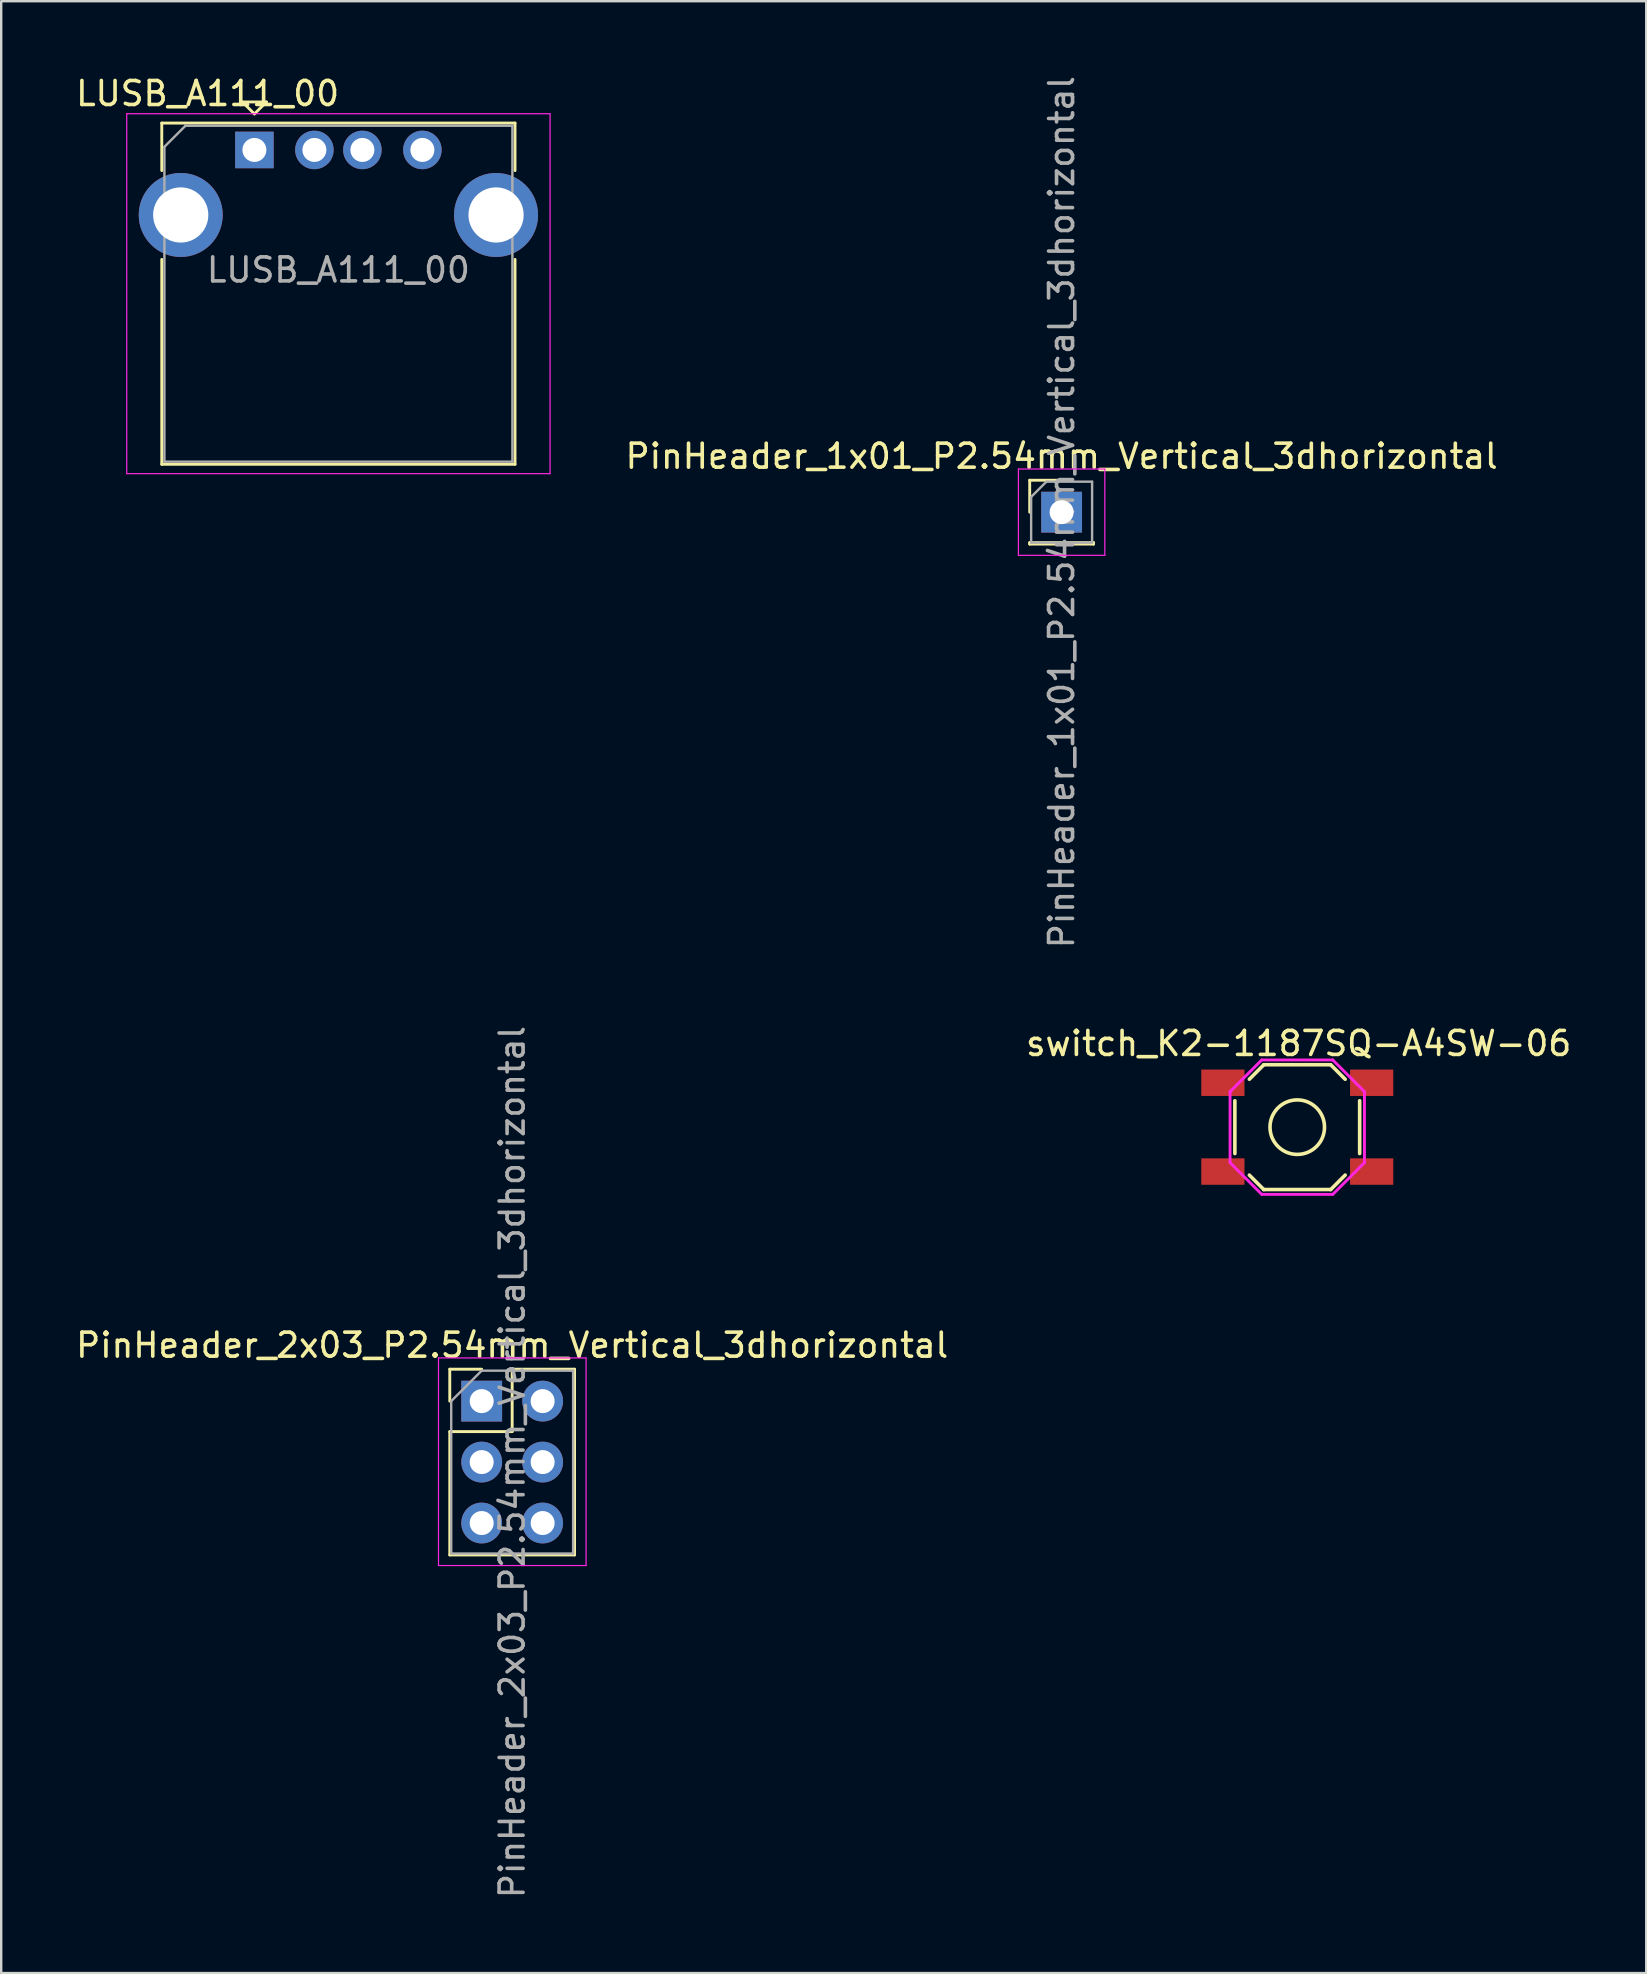
<source format=kicad_pcb>
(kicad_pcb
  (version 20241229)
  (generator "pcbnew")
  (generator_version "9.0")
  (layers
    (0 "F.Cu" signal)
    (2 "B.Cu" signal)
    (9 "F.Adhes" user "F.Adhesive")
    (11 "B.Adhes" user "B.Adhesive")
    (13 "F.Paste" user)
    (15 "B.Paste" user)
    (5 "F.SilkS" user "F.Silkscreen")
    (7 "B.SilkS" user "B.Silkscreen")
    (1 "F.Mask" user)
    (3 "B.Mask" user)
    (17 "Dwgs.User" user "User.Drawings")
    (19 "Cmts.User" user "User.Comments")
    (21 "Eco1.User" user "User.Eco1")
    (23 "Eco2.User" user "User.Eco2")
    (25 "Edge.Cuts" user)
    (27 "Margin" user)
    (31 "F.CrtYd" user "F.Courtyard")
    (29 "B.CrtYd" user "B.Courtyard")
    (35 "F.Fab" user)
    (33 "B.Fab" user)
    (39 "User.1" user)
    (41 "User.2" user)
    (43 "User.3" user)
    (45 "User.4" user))
  (footprint "PinHeader_2x03_P2.54mm_Vertical_3dhorizontal"
    (layer "F.Cu")
    (at 17.022 55.335)
    (property "Reference" "PinHeader_2x03_P2.54mm_Vertical_3dhorizontal" (at 1.27 -2.33 0) (layer "F.SilkS") (effects (font (size 1 1) (thickness 0.15))))
    (attr through_hole)
    (fp_line (start -1.33 -1.33) (end 0 -1.33) (stroke (width 0.12) (type solid)) (layer "F.SilkS"))
    (fp_line (start -1.33 0) (end -1.33 -1.33) (stroke (width 0.12) (type solid)) (layer "F.SilkS"))
    (fp_line (start -1.33 1.27) (end -1.33 6.41) (stroke (width 0.12) (type solid)) (layer "F.SilkS"))
    (fp_line (start -1.33 1.27) (end 1.27 1.27) (stroke (width 0.12) (type solid)) (layer "F.SilkS"))
    (fp_line (start -1.33 6.41) (end 3.87 6.41) (stroke (width 0.12) (type solid)) (layer "F.SilkS"))
    (fp_line (start 1.27 -1.33) (end 3.87 -1.33) (stroke (width 0.12) (type solid)) (layer "F.SilkS"))
    (fp_line (start 1.27 1.27) (end 1.27 -1.33) (stroke (width 0.12) (type solid)) (layer "F.SilkS"))
    (fp_line (start 3.87 -1.33) (end 3.87 6.41) (stroke (width 0.12) (type solid)) (layer "F.SilkS"))
    (fp_line (start -1.8 -1.8) (end -1.8 6.85) (stroke (width 0.05) (type solid)) (layer "F.CrtYd"))
    (fp_line (start -1.8 6.85) (end 4.35 6.85) (stroke (width 0.05) (type solid)) (layer "F.CrtYd"))
    (fp_line (start 4.35 -1.8) (end -1.8 -1.8) (stroke (width 0.05) (type solid)) (layer "F.CrtYd"))
    (fp_line (start 4.35 6.85) (end 4.35 -1.8) (stroke (width 0.05) (type solid)) (layer "F.CrtYd"))
    (fp_line (start -1.27 0) (end 0 -1.27) (stroke (width 0.1) (type solid)) (layer "F.Fab"))
    (fp_line (start -1.27 6.35) (end -1.27 0) (stroke (width 0.1) (type solid)) (layer "F.Fab"))
    (fp_line (start 0 -1.27) (end 3.81 -1.27) (stroke (width 0.1) (type solid)) (layer "F.Fab"))
    (fp_line (start 3.81 -1.27) (end 3.81 6.35) (stroke (width 0.1) (type solid)) (layer "F.Fab"))
    (fp_line (start 3.81 6.35) (end -1.27 6.35) (stroke (width 0.1) (type solid)) (layer "F.Fab"))
    (fp_text user "${REFERENCE}" (at 1.27 2.54 90) (layer "F.Fab") (effects (font (size 1 1) (thickness 0.15))))
    (pad "1" thru_hole rect (at 0 0) (size 1.7 1.7) (drill 1) (layers "*.Cu" "*.Mask"))
    (pad "2" thru_hole oval (at 2.54 0) (size 1.7 1.7) (drill 1) (layers "*.Cu" "*.Mask"))
    (pad "3" thru_hole oval (at 0 2.54) (size 1.7 1.7) (drill 1) (layers "*.Cu" "*.Mask"))
    (pad "4" thru_hole oval (at 2.54 2.54) (size 1.7 1.7) (drill 1) (layers "*.Cu" "*.Mask"))
    (pad "5" thru_hole oval (at 0 5.08) (size 1.7 1.7) (drill 1) (layers "*.Cu" "*.Mask"))
    (pad "6" thru_hole oval (at 2.54 5.08) (size 1.7 1.7) (drill 1) (layers "*.Cu" "*.Mask")))
  (footprint "switch_K2-1187SQ-A4SW-06"
    (layer "F.Cu")
    (at 51.007 43.919)
    (property "Reference" "switch_K2-1187SQ-A4SW-06" (at 0.058 -3.487 0) (layer "F.SilkS") (effects (font (size 1 1) (thickness 0.15))))
    (attr smd)
    (fp_line (start -2.6 1.1) (end -2.6 -1.1) (stroke (width 0.15) (type solid)) (layer "F.SilkS"))
    (fp_line (start -1.395 -2.6) (end -1.997 -1.997) (stroke (width 0.15) (type solid)) (layer "F.SilkS"))
    (fp_line (start -1.395 -2.6) (end 1.395 -2.6) (stroke (width 0.15) (type solid)) (layer "F.SilkS"))
    (fp_line (start -1.395 2.6) (end -1.997 1.997) (stroke (width 0.15) (type solid)) (layer "F.SilkS"))
    (fp_line (start 1.395 -2.6) (end 1.997 -1.997) (stroke (width 0.15) (type solid)) (layer "F.SilkS"))
    (fp_line (start 1.395 2.6) (end -1.395 2.6) (stroke (width 0.15) (type solid)) (layer "F.SilkS"))
    (fp_line (start 1.395 2.6) (end 1.997 1.997) (stroke (width 0.15) (type solid)) (layer "F.SilkS"))
    (fp_line (start 2.6 -1.1) (end 2.6 1.1) (stroke (width 0.15) (type solid)) (layer "F.SilkS"))
    (fp_circle (center 0 0) (end 1.136 0) (stroke (width 0.15) (type solid)) (fill no) (layer "F.SilkS"))
    (fp_line (start -2.8 -1.48) (end -1.48 -2.8) (stroke (width 0.12) (type solid)) (layer "F.CrtYd"))
    (fp_line (start -2.8 1.48) (end -2.8 -1.48) (stroke (width 0.12) (type solid)) (layer "F.CrtYd"))
    (fp_line (start -1.48 -2.8) (end 1.48 -2.8) (stroke (width 0.12) (type solid)) (layer "F.CrtYd"))
    (fp_line (start -1.48 2.8) (end -2.8 1.48) (stroke (width 0.12) (type solid)) (layer "F.CrtYd"))
    (fp_line (start 1.48 -2.8) (end 2.8 -1.48) (stroke (width 0.12) (type solid)) (layer "F.CrtYd"))
    (fp_line (start 1.48 2.8) (end -1.48 2.8) (stroke (width 0.12) (type solid)) (layer "F.CrtYd"))
    (fp_line (start 2.8 -1.48) (end 2.8 1.48) (stroke (width 0.12) (type solid)) (layer "F.CrtYd"))
    (fp_line (start 2.8 1.48) (end 1.48 2.8) (stroke (width 0.12) (type solid)) (layer "F.CrtYd"))
    (pad "1" smd rect (at -3.1 -1.85) (size 1.8 1.1) (layers "F.Cu" "F.Mask" "F.Paste"))
    (pad "2" smd rect (at 3.1 -1.85) (size 1.8 1.1) (layers "F.Cu" "F.Mask" "F.Paste"))
    (pad "3" smd rect (at -3.1 1.85) (size 1.8 1.1) (layers "F.Cu" "F.Mask" "F.Paste"))
    (pad "4" smd rect (at 3.1 1.85) (size 1.8 1.1) (layers "F.Cu" "F.Mask" "F.Paste")))
  (footprint "PinHeader_1x01_P2.54mm_Vertical_3dhorizontal"
    (layer "F.Cu")
    (at 41.188 18.292)
    (property "Reference" "PinHeader_1x01_P2.54mm_Vertical_3dhorizontal" (at 0 -2.33 0) (layer "F.SilkS") (effects (font (size 1 1) (thickness 0.15))))
    (attr through_hole)
    (fp_line (start -1.33 -1.33) (end 0 -1.33) (stroke (width 0.12) (type solid)) (layer "F.SilkS"))
    (fp_line (start -1.33 0) (end -1.33 -1.33) (stroke (width 0.12) (type solid)) (layer "F.SilkS"))
    (fp_line (start -1.33 1.27) (end -1.33 1.33) (stroke (width 0.12) (type solid)) (layer "F.SilkS"))
    (fp_line (start -1.33 1.27) (end 1.33 1.27) (stroke (width 0.12) (type solid)) (layer "F.SilkS"))
    (fp_line (start -1.33 1.33) (end 1.33 1.33) (stroke (width 0.12) (type solid)) (layer "F.SilkS"))
    (fp_line (start 1.33 1.27) (end 1.33 1.33) (stroke (width 0.12) (type solid)) (layer "F.SilkS"))
    (fp_line (start -1.8 -1.8) (end -1.8 1.8) (stroke (width 0.05) (type solid)) (layer "F.CrtYd"))
    (fp_line (start -1.8 1.8) (end 1.8 1.8) (stroke (width 0.05) (type solid)) (layer "F.CrtYd"))
    (fp_line (start 1.8 -1.8) (end -1.8 -1.8) (stroke (width 0.05) (type solid)) (layer "F.CrtYd"))
    (fp_line (start 1.8 1.8) (end 1.8 -1.8) (stroke (width 0.05) (type solid)) (layer "F.CrtYd"))
    (fp_line (start -1.27 -0.635) (end -0.635 -1.27) (stroke (width 0.1) (type solid)) (layer "F.Fab"))
    (fp_line (start -1.27 1.27) (end -1.27 -0.635) (stroke (width 0.1) (type solid)) (layer "F.Fab"))
    (fp_line (start -0.635 -1.27) (end 1.27 -1.27) (stroke (width 0.1) (type solid)) (layer "F.Fab"))
    (fp_line (start 1.27 -1.27) (end 1.27 1.27) (stroke (width 0.1) (type solid)) (layer "F.Fab"))
    (fp_line (start 1.27 1.27) (end -1.27 1.27) (stroke (width 0.1) (type solid)) (layer "F.Fab"))
    (fp_text user "${REFERENCE}" (at 0 0 90) (layer "F.Fab") (effects (font (size 1 1) (thickness 0.15))))
    (pad "1" thru_hole rect (at 0 0) (size 1.7 1.7) (drill 1) (layers "*.Cu" "*.Mask")))
  (footprint "LUSB_A111_00"
    (layer "F.Cu")
    (at 7.551 3.198)
    (property "Reference" "LUSB_A111_00" (at -1.95 -2.35 0) (layer "F.SilkS") (effects (font (size 1 1) (thickness 0.15))))
    (attr through_hole)
    (fp_line (start -3.86 -1.12) (end -3.86 0.86) (stroke (width 0.12) (type solid)) (layer "F.SilkS"))
    (fp_line (start -3.86 -1.12) (end 10.86 -1.12) (stroke (width 0.12) (type solid)) (layer "F.SilkS"))
    (fp_line (start -3.86 4.56) (end -3.86 13.1) (stroke (width 0.12) (type solid)) (layer "F.SilkS"))
    (fp_line (start -3.86 13.1) (end 10.86 13.1) (stroke (width 0.12) (type solid)) (layer "F.SilkS"))
    (fp_line (start -0.5 -2) (end 0 -1.5) (stroke (width 0.12) (type solid)) (layer "F.SilkS"))
    (fp_line (start 0 -1.5) (end 0.5 -2) (stroke (width 0.12) (type solid)) (layer "F.SilkS"))
    (fp_line (start 0.5 -2) (end -0.5 -2) (stroke (width 0.12) (type solid)) (layer "F.SilkS"))
    (fp_line (start 10.86 0.86) (end 10.86 -1.12) (stroke (width 0.12) (type solid)) (layer "F.SilkS"))
    (fp_line (start 10.86 4.56) (end 10.86 13.1) (stroke (width 0.12) (type solid)) (layer "F.SilkS"))
    (fp_line (start -5.32 -1.51) (end -5.32 13.49) (stroke (width 0.05) (type solid)) (layer "F.CrtYd"))
    (fp_line (start -5.32 -1.51) (end 12.32 -1.51) (stroke (width 0.05) (type solid)) (layer "F.CrtYd"))
    (fp_line (start 12.32 -1.51) (end 12.32 13.49) (stroke (width 0.05) (type solid)) (layer "F.CrtYd"))
    (fp_line (start 12.32 13.49) (end -5.32 13.49) (stroke (width 0.05) (type solid)) (layer "F.CrtYd"))
    (fp_line (start -3.75 -0.13) (end -3.75 12.99) (stroke (width 0.1) (type solid)) (layer "F.Fab"))
    (fp_line (start -3.75 12.99) (end 10.75 12.99) (stroke (width 0.1) (type solid)) (layer "F.Fab"))
    (fp_line (start -2.87 -1.01) (end -3.75 -0.13) (stroke (width 0.1) (type solid)) (layer "F.Fab"))
    (fp_line (start -2.87 -1.01) (end 10.75 -1.01) (stroke (width 0.1) (type solid)) (layer "F.Fab"))
    (fp_line (start 10.75 -1.01) (end 10.75 12.99) (stroke (width 0.1) (type solid)) (layer "F.Fab"))
    (fp_text user "${REFERENCE}" (at 3.5 5 0) (layer "F.Fab") (effects (font (size 1 1) (thickness 0.15))))
    (pad "1" thru_hole rect (at 0 0) (size 1.604 1.524) (drill 1) (layers "*.Cu" "*.Mask"))
    (pad "2" thru_hole circle (at 2.5 0) (size 1.604 1.604) (drill 1) (layers "*.Cu" "*.Mask"))
    (pad "3" thru_hole circle (at 4.5 0) (size 1.604 1.604) (drill 1) (layers "*.Cu" "*.Mask"))
    (pad "4" thru_hole circle (at 7 0) (size 1.604 1.604) (drill 1) (layers "*.Cu" "*.Mask"))
    (pad "5" thru_hole circle (at -3.07 2.71) (size 3.5 3.5) (drill 2.3) (layers "*.Cu" "*.Mask"))
    (pad "5" thru_hole circle (at 10.07 2.71) (size 3.5 3.5) (drill 2.3) (layers "*.Cu" "*.Mask")))
  (gr_rect
    (start -3 -3)
    (end 65.548 79.167)
    (stroke (width 0.1) (type default))
    (fill no)
    (layer "Edge.Cuts")))
</source>
